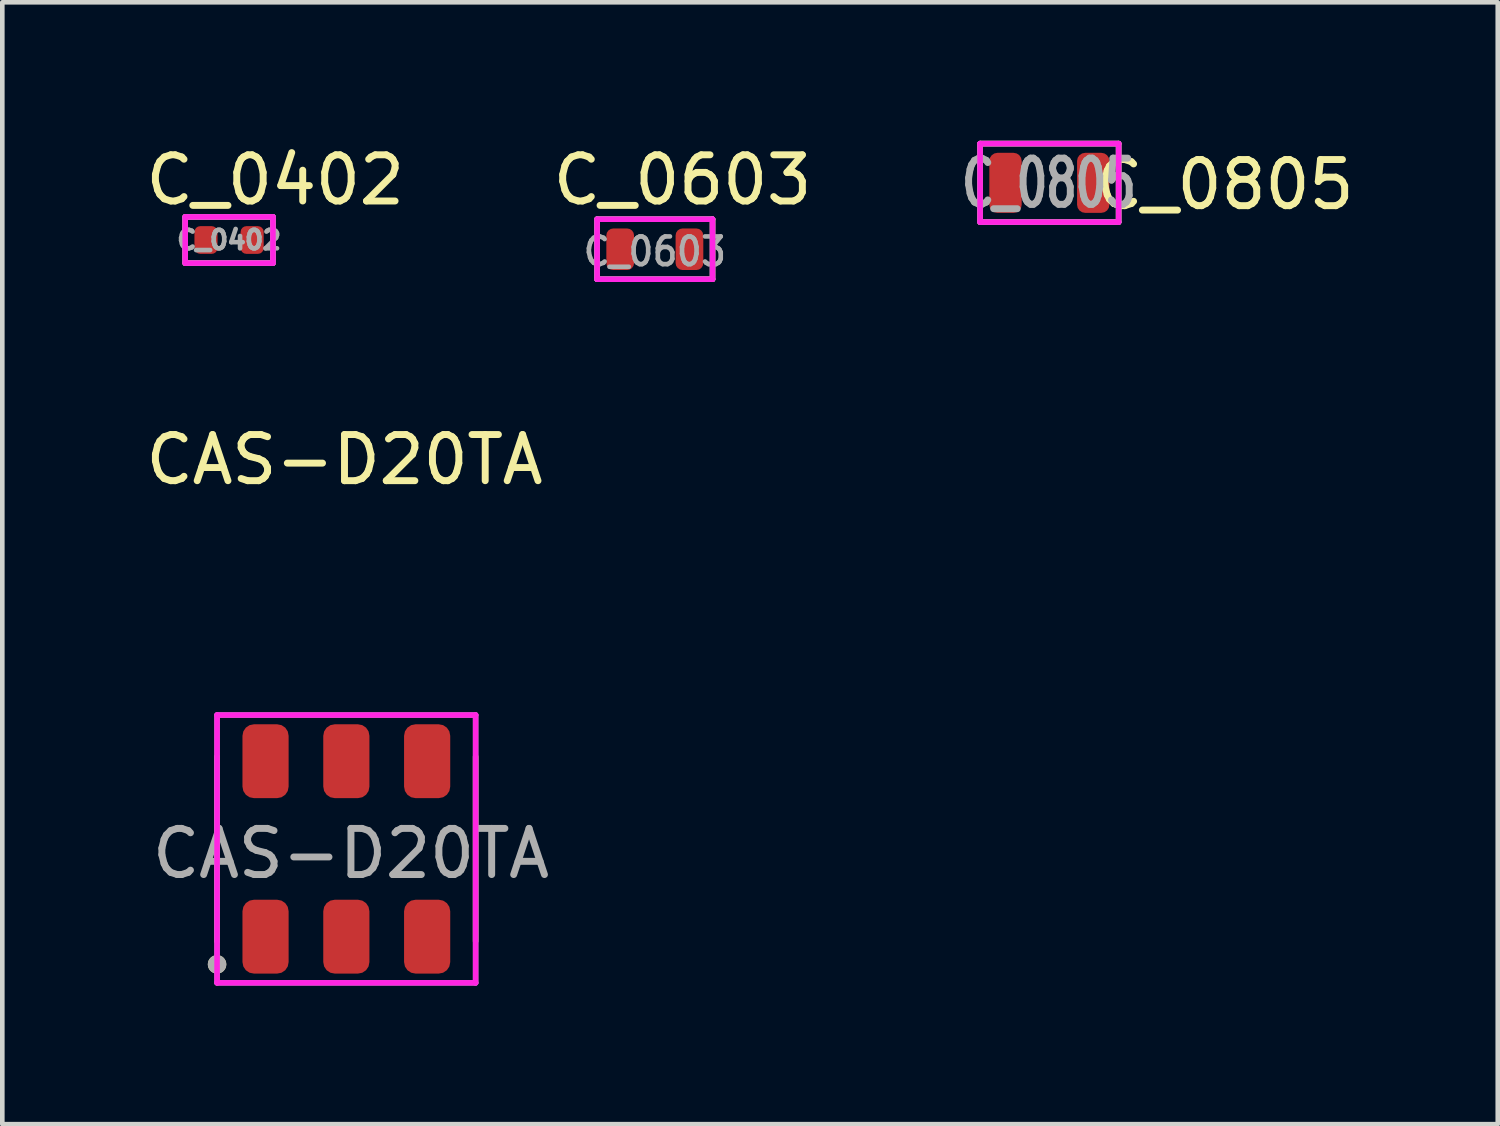
<source format=kicad_pcb>
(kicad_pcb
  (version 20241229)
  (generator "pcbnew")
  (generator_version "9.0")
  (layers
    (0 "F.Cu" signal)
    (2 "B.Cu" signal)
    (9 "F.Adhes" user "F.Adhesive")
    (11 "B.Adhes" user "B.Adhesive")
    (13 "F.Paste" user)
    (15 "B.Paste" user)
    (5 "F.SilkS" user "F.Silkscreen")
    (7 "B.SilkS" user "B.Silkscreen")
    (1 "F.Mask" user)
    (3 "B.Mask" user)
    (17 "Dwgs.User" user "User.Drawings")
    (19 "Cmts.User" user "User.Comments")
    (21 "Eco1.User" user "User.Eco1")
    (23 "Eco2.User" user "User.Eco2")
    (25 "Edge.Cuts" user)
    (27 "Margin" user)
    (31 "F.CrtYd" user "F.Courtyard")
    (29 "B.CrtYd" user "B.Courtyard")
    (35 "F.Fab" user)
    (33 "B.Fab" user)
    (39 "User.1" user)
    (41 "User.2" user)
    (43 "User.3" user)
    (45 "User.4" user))
  (footprint "C_0603"
    (layer "F.Cu")
    (at 11.132 2.348)
    (property "Reference" "C_0603" (at 0.6 -1.5 0) (layer "F.SilkS") (effects (font (size 1 1) (thickness 0.15))))
    (attr through_hole)
    (fp_line (start -1.25 -0.65) (end -1.25 0.65) (stroke (width 0.12) (type solid)) (layer "F.SilkS"))
    (fp_line (start -1.25 0.65) (end 1.25 0.65) (stroke (width 0.12) (type solid)) (layer "F.SilkS"))
    (fp_line (start 1.25 -0.65) (end -1.25 -0.65) (stroke (width 0.12) (type solid)) (layer "F.SilkS"))
    (fp_line (start 1.25 0.65) (end 1.25 -0.65) (stroke (width 0.12) (type solid)) (layer "F.SilkS"))
    (fp_line (start -1.25 -0.65) (end -1.25 0.65) (stroke (width 0.12) (type solid)) (layer "F.CrtYd"))
    (fp_line (start -1.25 0.65) (end 1.25 0.65) (stroke (width 0.12) (type solid)) (layer "F.CrtYd"))
    (fp_line (start 1.25 -0.65) (end -1.25 -0.65) (stroke (width 0.12) (type solid)) (layer "F.CrtYd"))
    (fp_line (start 1.25 0.65) (end 1.25 -0.65) (stroke (width 0.12) (type solid)) (layer "F.CrtYd"))
    (fp_line (start -1.25 -0.65) (end -1.25 0.65) (stroke (width 0.12) (type solid)) (layer "F.Fab"))
    (fp_line (start -1.25 0.65) (end 1.25 0.65) (stroke (width 0.12) (type solid)) (layer "F.Fab"))
    (fp_line (start 1.25 -0.65) (end -1.25 -0.65) (stroke (width 0.12) (type solid)) (layer "F.Fab"))
    (fp_line (start 1.25 0.65) (end 1.25 -0.65) (stroke (width 0.12) (type solid)) (layer "F.Fab"))
    (fp_text user "${REFERENCE}" (at 0 0.05 0) (layer "F.Fab") (effects (font (size 0.6 0.55) (thickness 0.1))))
    (pad "1" smd roundrect (at -0.75 0) (size 0.6 0.9) (layers "F.Cu" "F.Mask" "F.Paste") (roundrect_rratio 0.25))
    (pad "2" smd roundrect (at 0.75 0) (size 0.6 0.9) (layers "F.Cu" "F.Mask" "F.Paste") (roundrect_rratio 0.25)))
  (footprint "CAS-D20TA"
    (layer "F.Cu")
    (at 4.451 15.336)
    (property "Reference" "CAS-D20TA" (at -0.04 -8.43 0) (layer "F.SilkS") (effects (font (size 1 1) (thickness 0.15))))
    (attr through_hole)
    (fp_line (start -2.8 -2) (end -2.8 2) (stroke (width 0.12) (type solid)) (layer "F.SilkS"))
    (fp_line (start 2.8 -2) (end 2.8 2) (stroke (width 0.12) (type solid)) (layer "F.SilkS"))
    (fp_circle (center -2.8 2.5) (end -2.7 2.5) (stroke (width 0.2) (type solid)) (fill no) (layer "F.SilkS"))
    (fp_line (start -2.8 -2.9) (end -2.8 2.9) (stroke (width 0.12) (type solid)) (layer "F.CrtYd"))
    (fp_line (start -2.8 2.9) (end 2.8 2.9) (stroke (width 0.12) (type solid)) (layer "F.CrtYd"))
    (fp_line (start 2.8 -2.9) (end -2.8 -2.9) (stroke (width 0.12) (type solid)) (layer "F.CrtYd"))
    (fp_line (start 2.8 2.9) (end 2.8 -2.9) (stroke (width 0.12) (type solid)) (layer "F.CrtYd"))
    (fp_line (start -2.8 -2.9) (end 2.8 -2.9) (stroke (width 0.12) (type solid)) (layer "F.Fab"))
    (fp_line (start -2.8 2.9) (end -2.8 -2.9) (stroke (width 0.12) (type solid)) (layer "F.Fab"))
    (fp_line (start 2.8 -2.9) (end 2.8 2.9) (stroke (width 0.12) (type solid)) (layer "F.Fab"))
    (fp_line (start 2.8 2.9) (end -2.8 2.9) (stroke (width 0.12) (type solid)) (layer "F.Fab"))
    (fp_circle (center -2.8 2.5) (end -2.7 2.5) (stroke (width 0.2) (type solid)) (fill no) (layer "F.Fab"))
    (fp_text user "${REFERENCE}" (at 0.1 0.1 0) (layer "F.Fab") (effects (font (size 1 1) (thickness 0.15))))
    (pad "1" smd roundrect (at -1.75 1.9) (size 1 1.6) (layers "F.Cu" "F.Mask" "F.Paste") (roundrect_rratio 0.25))
    (pad "2" smd roundrect (at 0 1.9) (size 1 1.6) (layers "F.Cu" "F.Mask" "F.Paste") (roundrect_rratio 0.25))
    (pad "3" smd roundrect (at 1.75 1.9) (size 1 1.6) (layers "F.Cu" "F.Mask" "F.Paste") (roundrect_rratio 0.25))
    (pad "4" smd roundrect (at -1.75 -1.9) (size 1 1.6) (layers "F.Cu" "F.Mask" "F.Paste") (roundrect_rratio 0.25))
    (pad "5" smd roundrect (at 0 -1.9) (size 1 1.6) (layers "F.Cu" "F.Mask" "F.Paste") (roundrect_rratio 0.25))
    (pad "6" smd roundrect (at 1.75 -1.9) (size 1 1.6) (layers "F.Cu" "F.Mask" "F.Paste") (roundrect_rratio 0.25)))
  (footprint "C_0402"
    (layer "F.Cu")
    (at 1.911 2.148)
    (property "Reference" "C_0402" (at 1 -1.3 0) (layer "F.SilkS") (effects (font (size 1 1) (thickness 0.15))))
    (attr smd)
    (fp_line (start -0.95 -0.5) (end -0.95 0.5) (stroke (width 0.12) (type solid)) (layer "F.SilkS"))
    (fp_line (start -0.95 0.5) (end 0.95 0.5) (stroke (width 0.12) (type solid)) (layer "F.SilkS"))
    (fp_line (start 0.95 -0.5) (end -0.95 -0.5) (stroke (width 0.12) (type solid)) (layer "F.SilkS"))
    (fp_line (start 0.95 0.5) (end 0.95 -0.5) (stroke (width 0.12) (type solid)) (layer "F.SilkS"))
    (fp_line (start -0.95 -0.5) (end -0.95 0.5) (stroke (width 0.12) (type solid)) (layer "F.CrtYd"))
    (fp_line (start -0.95 0.5) (end 0.95 0.5) (stroke (width 0.12) (type solid)) (layer "F.CrtYd"))
    (fp_line (start 0.95 -0.5) (end -0.95 -0.5) (stroke (width 0.12) (type solid)) (layer "F.CrtYd"))
    (fp_line (start 0.95 0.5) (end 0.95 -0.5) (stroke (width 0.12) (type solid)) (layer "F.CrtYd"))
    (fp_line (start -0.95 -0.5) (end -0.95 0.5) (stroke (width 0.12) (type solid)) (layer "F.Fab"))
    (fp_line (start -0.95 0.5) (end 0.95 0.5) (stroke (width 0.12) (type solid)) (layer "F.Fab"))
    (fp_line (start 0.95 -0.5) (end -0.95 -0.5) (stroke (width 0.12) (type solid)) (layer "F.Fab"))
    (fp_line (start 0.95 0.5) (end 0.95 -0.5) (stroke (width 0.12) (type solid)) (layer "F.Fab"))
    (fp_text user "${REFERENCE}" (at 0 0 0) (layer "F.Fab") (effects (font (size 0.4 0.4) (thickness 0.1))))
    (pad "1" smd roundrect (at -0.5 0) (size 0.5 0.6) (layers "F.Cu" "F.Mask" "F.Paste") (roundrect_rratio 0.25))
    (pad "2" smd roundrect (at 0.5 0) (size 0.5 0.6) (layers "F.Cu" "F.Mask" "F.Paste") (roundrect_rratio 0.25)))
  (footprint "C_0805"
    (layer "F.Cu")
    (at 19.677 0.91)
    (property "Reference" "C_0805" (at 3.8 0.04 0) (layer "F.SilkS") (effects (font (size 1 1) (thickness 0.15))))
    (attr smd)
    (fp_line (start -1.5 -0.85) (end 1.5 -0.85) (stroke (width 0.12) (type solid)) (layer "F.SilkS"))
    (fp_line (start -1.5 0.85) (end -1.5 -0.85) (stroke (width 0.12) (type solid)) (layer "F.SilkS"))
    (fp_line (start 1.5 -0.85) (end 1.5 0.85) (stroke (width 0.12) (type solid)) (layer "F.SilkS"))
    (fp_line (start 1.5 0.85) (end -1.5 0.85) (stroke (width 0.12) (type solid)) (layer "F.SilkS"))
    (fp_line (start -1.5 -0.85) (end 1.5 -0.85) (stroke (width 0.12) (type solid)) (layer "F.CrtYd"))
    (fp_line (start -1.5 0.85) (end -1.5 -0.85) (stroke (width 0.12) (type solid)) (layer "F.CrtYd"))
    (fp_line (start 1.5 -0.85) (end 1.5 0.85) (stroke (width 0.12) (type solid)) (layer "F.CrtYd"))
    (fp_line (start 1.5 0.85) (end -1.5 0.85) (stroke (width 0.12) (type solid)) (layer "F.CrtYd"))
    (fp_line (start -1.5 -0.85) (end 1.5 -0.85) (stroke (width 0.12) (type solid)) (layer "F.Fab"))
    (fp_line (start -1.5 0.85) (end -1.5 -0.85) (stroke (width 0.12) (type solid)) (layer "F.Fab"))
    (fp_line (start 1.5 -0.85) (end 1.5 0.85) (stroke (width 0.12) (type solid)) (layer "F.Fab"))
    (fp_line (start 1.5 0.85) (end -1.5 0.85) (stroke (width 0.12) (type solid)) (layer "F.Fab"))
    (fp_text user "${REFERENCE}" (at -0.01 0.01 0) (layer "F.Fab") (effects (font (size 1 0.67) (thickness 0.15))))
    (pad "1" smd roundrect (at -0.95 0) (size 0.7 1.3) (layers "F.Cu" "F.Mask" "F.Paste") (roundrect_rratio 0.25))
    (pad "2" smd roundrect (at 0.95 0) (size 0.7 1.3) (layers "F.Cu" "F.Mask" "F.Paste") (roundrect_rratio 0.25)))
  (gr_rect
    (start -3 -3)
    (end 29.388 21.297)
    (stroke (width 0.1) (type default))
    (fill no)
    (layer "Edge.Cuts")))
</source>
